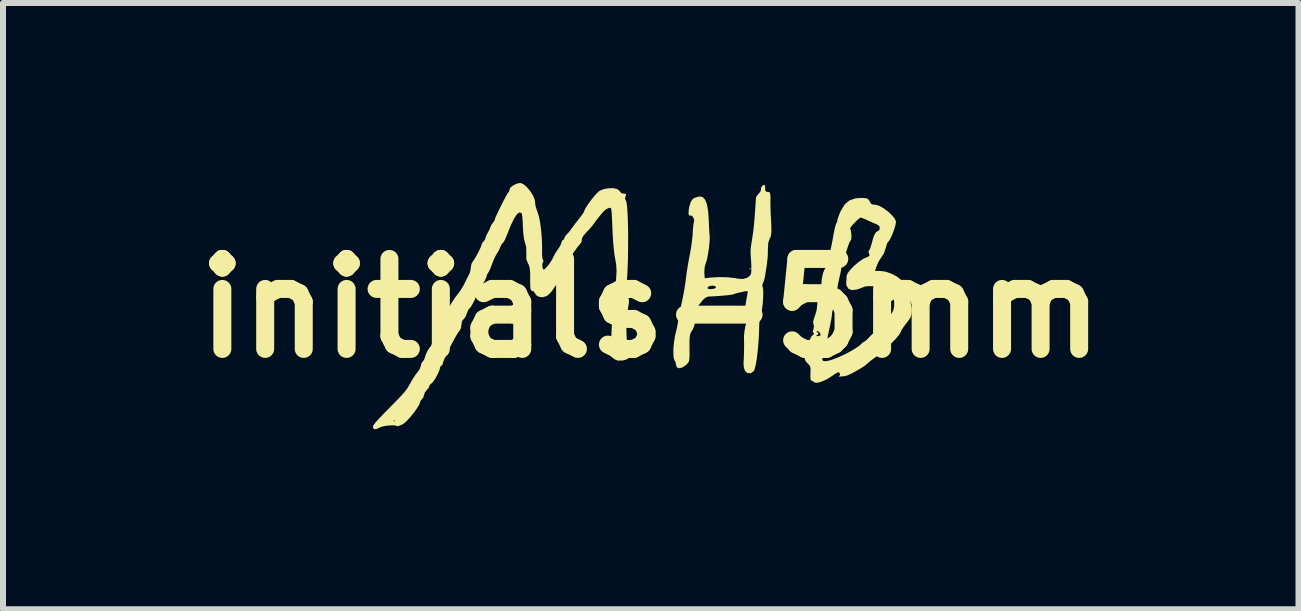
<source format=kicad_pcb>
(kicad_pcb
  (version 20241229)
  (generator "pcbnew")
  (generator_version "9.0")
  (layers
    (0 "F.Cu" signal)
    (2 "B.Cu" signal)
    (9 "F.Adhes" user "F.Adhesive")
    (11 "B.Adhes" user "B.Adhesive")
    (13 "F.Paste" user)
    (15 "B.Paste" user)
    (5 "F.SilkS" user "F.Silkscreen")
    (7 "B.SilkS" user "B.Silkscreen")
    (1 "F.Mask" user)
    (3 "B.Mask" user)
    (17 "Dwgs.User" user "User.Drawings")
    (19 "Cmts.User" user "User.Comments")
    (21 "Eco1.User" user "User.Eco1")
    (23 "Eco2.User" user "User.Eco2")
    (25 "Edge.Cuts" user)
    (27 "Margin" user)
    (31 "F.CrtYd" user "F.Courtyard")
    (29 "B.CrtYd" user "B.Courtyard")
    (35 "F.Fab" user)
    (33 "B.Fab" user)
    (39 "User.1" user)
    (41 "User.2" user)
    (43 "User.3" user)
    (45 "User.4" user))
  (footprint "initials-5mm"
    (layer "F.Cu")
    (at 7.8 2.089)
    (property "Reference" "initials-5mm" (at 0 0 0) (layer "F.SilkS") (effects (font (size 1.5 1.5) (thickness 0.3))))
    (attr board_only exclude_from_pos_files exclude_from_bom)
    (fp_poly (pts (xy 1.667 -0.656) (xy 1.656 -0.644) (xy 1.644 -0.656) (xy 1.656 -0.667)) (stroke (width 0) (type solid)) (fill yes) (layer "F.SilkS"))
    (fp_poly (pts (xy 1.903 -2.053) (xy 1.908 -2.02) (xy 1.906 -2.006) (xy 1.91 -1.959) (xy 1.928 -1.942) (xy 1.971 -1.937) (xy 1.978 -1.936) (xy 1.99 -1.914) (xy 1.996 -1.863) (xy 1.996 -1.828) (xy 1.995 -1.761) (xy 1.997 -1.665) (xy 2.001 -1.553) (xy 2.006 -1.469) (xy 2.011 -1.354) (xy 2.011 -1.273) (xy 2.006 -1.219) (xy 1.995 -1.181) (xy 1.984 -1.163) (xy 1.959 -1.09) (xy 1.953 -0.978) (xy 1.951 -0.868) (xy 1.937 -0.736) (xy 1.912 -0.574) (xy 1.899 -0.501) (xy 1.883 -0.445) (xy 1.867 -0.411) (xy 1.859 -0.374) (xy 1.865 -0.359) (xy 1.873 -0.321) (xy 1.876 -0.252) (xy 1.873 -0.165) (xy 1.867 -0.075) (xy 1.857 0.007) (xy 1.845 0.066) (xy 1.837 0.087) (xy 1.825 0.122) (xy 1.815 0.189) (xy 1.809 0.276) (xy 1.808 0.309) (xy 1.804 0.453) (xy 1.794 0.597) (xy 1.781 0.734) (xy 1.766 0.856) (xy 1.748 0.955) (xy 1.73 1.024) (xy 1.717 1.05) (xy 1.663 1.085) (xy 1.608 1.078) (xy 1.572 1.045) (xy 1.553 0.994) (xy 1.547 0.927) (xy 1.547 0.917) (xy 1.551 0.849) (xy 1.554 0.761) (xy 1.556 0.667) (xy 1.556 0.582) (xy 1.555 0.523) (xy 1.554 0.511) (xy 1.555 0.455) (xy 1.563 0.38) (xy 1.576 0.308) (xy 1.588 0.263) (xy 1.59 0.215) (xy 1.578 0.178) (xy 1.567 0.124) (xy 1.569 0.034) (xy 1.585 -0.089) (xy 1.612 -0.238) (xy 1.613 -0.242) (xy 1.617 -0.278) (xy 1.597 -0.287) (xy 1.562 -0.28) (xy 1.494 -0.265) (xy 1.446 -0.254) (xy 1.397 -0.24) (xy 1.373 -0.231) (xy 1.345 -0.225) (xy 1.283 -0.217) (xy 1.199 -0.209) (xy 1.104 -0.202) (xy 1.009 -0.196) (xy 0.956 -0.194) (xy 0.917 -0.178) (xy 0.877 -0.146) (xy 0.801 -0.053) (xy 0.758 0.05) (xy 0.74 0.174) (xy 0.729 0.278) (xy 0.704 0.349) (xy 0.688 0.372) (xy 0.668 0.404) (xy 0.655 0.443) (xy 0.648 0.498) (xy 0.646 0.581) (xy 0.646 0.66) (xy 0.647 0.764) (xy 0.645 0.834) (xy 0.638 0.879) (xy 0.624 0.909) (xy 0.601 0.935) (xy 0.59 0.945) (xy 0.53 0.987) (xy 0.476 1.001) (xy 0.436 0.987) (xy 0.422 0.949) (xy 0.413 0.899) (xy 0.399 0.875) (xy 0.384 0.835) (xy 0.377 0.762) (xy 0.378 0.668) (xy 0.388 0.564) (xy 0.404 0.461) (xy 0.422 0.389) (xy 0.438 0.321) (xy 0.452 0.242) (xy 0.453 0.233) (xy 0.463 0.175) (xy 0.48 0.086) (xy 0.501 -0.019) (xy 0.518 -0.1) (xy 0.543 -0.219) (xy 0.565 -0.341) (xy 0.565 -0.346) (xy 0.948 -0.346) (xy 0.951 -0.325) (xy 0.986 -0.318) (xy 1.012 -0.318) (xy 1.065 -0.328) (xy 1.089 -0.348) (xy 1.089 -0.35) (xy 1.071 -0.37) (xy 1.03 -0.377) (xy 0.984 -0.371) (xy 0.952 -0.352) (xy 0.948 -0.346) (xy 0.565 -0.346) (xy 0.581 -0.448) (xy 0.587 -0.5) (xy 0.599 -0.595) (xy 0.618 -0.713) (xy 0.639 -0.832) (xy 0.646 -0.867) (xy 0.668 -0.984) (xy 0.686 -1.111) (xy 0.698 -1.223) (xy 0.699 -1.249) (xy 0.705 -1.334) (xy 0.712 -1.402) (xy 0.72 -1.44) (xy 0.722 -1.443) (xy 0.724 -1.476) (xy 0.708 -1.515) (xy 0.685 -1.543) (xy 0.667 -1.545) (xy 0.641 -1.544) (xy 0.629 -1.58) (xy 0.634 -1.646) (xy 0.644 -1.698) (xy 0.668 -1.775) (xy 0.7 -1.821) (xy 0.729 -1.839) (xy 0.803 -1.863) (xy 0.861 -1.855) (xy 0.905 -1.813) (xy 0.937 -1.734) (xy 0.957 -1.616) (xy 0.968 -1.458) (xy 0.968 -1.444) (xy 0.972 -1.354) (xy 0.976 -1.278) (xy 0.98 -1.23) (xy 0.981 -1.222) (xy 0.984 -1.169) (xy 0.979 -1.086) (xy 0.968 -0.989) (xy 0.953 -0.893) (xy 0.937 -0.811) (xy 0.92 -0.758) (xy 0.919 -0.757) (xy 0.899 -0.688) (xy 0.893 -0.606) (xy 0.893 -0.595) (xy 0.9 -0.5) (xy 1 -0.511) (xy 1.14 -0.519) (xy 1.281 -0.516) (xy 1.404 -0.502) (xy 1.437 -0.495) (xy 1.53 -0.487) (xy 1.607 -0.506) (xy 1.659 -0.548) (xy 1.673 -0.581) (xy 1.677 -0.63) (xy 1.677 -0.706) (xy 1.674 -0.778) (xy 1.667 -0.87) (xy 1.664 -0.935) (xy 1.666 -0.988) (xy 1.673 -1.045) (xy 1.685 -1.122) (xy 1.687 -1.133) (xy 1.702 -1.234) (xy 1.716 -1.339) (xy 1.722 -1.4) (xy 1.728 -1.469) (xy 1.735 -1.558) (xy 1.742 -1.655) (xy 1.748 -1.746) (xy 1.753 -1.817) (xy 1.755 -1.848) (xy 1.769 -1.874) (xy 1.794 -1.902) (xy 1.826 -1.942) (xy 1.836 -1.965) (xy 1.841 -2.01) (xy 1.842 -2.014) (xy 1.862 -2.044) (xy 1.879 -2.053)) (stroke (width 0) (type solid)) (fill yes) (layer "F.SilkS"))
    (fp_poly (pts (xy 3.578 -1.836) (xy 3.618 -1.825) (xy 3.639 -1.801) (xy 3.646 -1.786) (xy 3.671 -1.745) (xy 3.694 -1.73) (xy 3.742 -1.725) (xy 3.756 -1.724) (xy 3.815 -1.705) (xy 3.886 -1.663) (xy 3.96 -1.608) (xy 4.025 -1.547) (xy 4.071 -1.489) (xy 4.089 -1.445) (xy 4.081 -1.39) (xy 4.06 -1.318) (xy 4.032 -1.241) (xy 4.001 -1.171) (xy 3.973 -1.122) (xy 3.957 -1.107) (xy 3.94 -1.082) (xy 3.927 -1.033) (xy 3.927 -1.032) (xy 3.888 -0.915) (xy 3.823 -0.816) (xy 3.794 -0.767) (xy 3.767 -0.703) (xy 3.765 -0.699) (xy 3.739 -0.622) (xy 3.824 -0.622) (xy 3.913 -0.61) (xy 4.008 -0.578) (xy 4.096 -0.533) (xy 4.163 -0.482) (xy 4.186 -0.452) (xy 4.273 -0.276) (xy 4.328 -0.125) (xy 4.352 0.005) (xy 4.353 0.042) (xy 4.347 0.108) (xy 4.325 0.164) (xy 4.278 0.23) (xy 4.268 0.242) (xy 4.218 0.308) (xy 4.18 0.368) (xy 4.166 0.4) (xy 4.142 0.441) (xy 4.091 0.503) (xy 4.022 0.576) (xy 3.942 0.654) (xy 3.86 0.728) (xy 3.784 0.791) (xy 3.744 0.819) (xy 3.684 0.862) (xy 3.635 0.902) (xy 3.622 0.914) (xy 3.579 0.951) (xy 3.512 0.996) (xy 3.431 1.043) (xy 3.351 1.087) (xy 3.281 1.119) (xy 3.235 1.133) (xy 3.231 1.133) (xy 3.177 1.137) (xy 3.152 1.141) (xy 3.135 1.142) (xy 3.139 1.139) (xy 3.155 1.113) (xy 3.15 1.08) (xy 3.132 1.067) (xy 3.1 1.079) (xy 3.051 1.11) (xy 3.037 1.12) (xy 2.958 1.172) (xy 2.877 1.212) (xy 2.805 1.238) (xy 2.752 1.244) (xy 2.734 1.237) (xy 2.696 1.214) (xy 2.682 1.211) (xy 2.666 1.192) (xy 2.661 1.135) (xy 2.663 1.089) (xy 2.665 1.014) (xy 2.656 0.968) (xy 2.631 0.934) (xy 2.615 0.918) (xy 2.581 0.882) (xy 2.572 0.857) (xy 2.857 0.857) (xy 2.875 0.88) (xy 2.926 0.883) (xy 3.004 0.865) (xy 3.109 0.826) (xy 3.236 0.769) (xy 3.243 0.765) (xy 3.334 0.717) (xy 3.415 0.668) (xy 3.474 0.628) (xy 3.492 0.612) (xy 3.532 0.574) (xy 3.56 0.556) (xy 3.562 0.556) (xy 3.586 0.54) (xy 3.626 0.502) (xy 3.645 0.481) (xy 3.707 0.419) (xy 3.776 0.362) (xy 3.788 0.353) (xy 3.836 0.317) (xy 3.864 0.29) (xy 3.867 0.285) (xy 3.88 0.261) (xy 3.916 0.217) (xy 3.944 0.185) (xy 3.996 0.119) (xy 4.036 0.052) (xy 4.047 0.026) (xy 4.057 -0.028) (xy 4.059 -0.091) (xy 4.053 -0.147) (xy 4.04 -0.184) (xy 4.024 -0.19) (xy 4 -0.198) (xy 3.96 -0.231) (xy 3.947 -0.245) (xy 3.914 -0.286) (xy 3.902 -0.309) (xy 3.904 -0.311) (xy 3.907 -0.323) (xy 3.899 -0.332) (xy 3.863 -0.346) (xy 3.798 -0.358) (xy 3.72 -0.366) (xy 3.643 -0.368) (xy 3.582 -0.364) (xy 3.561 -0.358) (xy 3.514 -0.339) (xy 3.45 -0.316) (xy 3.44 -0.313) (xy 3.356 -0.301) (xy 3.296 -0.324) (xy 3.263 -0.378) (xy 3.259 -0.427) (xy 3.263 -0.491) (xy 3.265 -0.54) (xy 3.283 -0.584) (xy 3.329 -0.643) (xy 3.392 -0.708) (xy 3.464 -0.769) (xy 3.533 -0.817) (xy 3.572 -0.837) (xy 3.629 -0.862) (xy 3.65 -0.882) (xy 3.642 -0.903) (xy 3.63 -0.944) (xy 3.639 -0.961) (xy 3.659 -0.998) (xy 3.68 -1.065) (xy 3.701 -1.144) (xy 3.724 -1.214) (xy 3.753 -1.264) (xy 3.78 -1.284) (xy 3.782 -1.283) (xy 3.807 -1.298) (xy 3.818 -1.328) (xy 3.812 -1.37) (xy 3.772 -1.397) (xy 3.763 -1.401) (xy 3.702 -1.426) (xy 3.629 -1.459) (xy 3.61 -1.468) (xy 3.551 -1.494) (xy 3.51 -1.509) (xy 3.501 -1.511) (xy 3.476 -1.497) (xy 3.435 -1.462) (xy 3.39 -1.416) (xy 3.35 -1.372) (xy 3.326 -1.338) (xy 3.324 -1.328) (xy 3.335 -1.299) (xy 3.343 -1.248) (xy 3.346 -1.192) (xy 3.343 -1.148) (xy 3.336 -1.133) (xy 3.321 -1.114) (xy 3.299 -1.061) (xy 3.274 -0.987) (xy 3.268 -0.967) (xy 3.242 -0.887) (xy 3.219 -0.824) (xy 3.202 -0.791) (xy 3.199 -0.788) (xy 3.185 -0.76) (xy 3.181 -0.716) (xy 3.177 -0.663) (xy 3.163 -0.585) (xy 3.146 -0.511) (xy 3.123 -0.407) (xy 3.105 -0.289) (xy 3.096 -0.211) (xy 3.086 -0.126) (xy 3.07 -0.054) (xy 3.053 -0.012) (xy 3.029 0.045) (xy 3.022 0.092) (xy 3.017 0.141) (xy 3.004 0.219) (xy 2.985 0.311) (xy 2.979 0.337) (xy 2.957 0.442) (xy 2.937 0.548) (xy 2.922 0.634) (xy 2.921 0.644) (xy 2.907 0.722) (xy 2.887 0.787) (xy 2.875 0.812) (xy 2.857 0.857) (xy 2.572 0.857) (xy 2.566 0.839) (xy 2.565 0.772) (xy 2.566 0.759) (xy 2.584 0.656) (xy 2.619 0.582) (xy 2.651 0.532) (xy 2.666 0.496) (xy 2.667 0.492) (xy 2.684 0.463) (xy 2.685 0.462) (xy 2.756 0.462) (xy 2.774 0.466) (xy 2.78 0.466) (xy 2.819 0.458) (xy 2.829 0.452) (xy 2.83 0.426) (xy 2.807 0.396) (xy 2.775 0.378) (xy 2.77 0.378) (xy 2.763 0.388) (xy 2.778 0.4) (xy 2.8 0.421) (xy 2.782 0.441) (xy 2.778 0.444) (xy 2.756 0.462) (xy 2.685 0.462) (xy 2.703 0.449) (xy 2.725 0.426) (xy 2.714 0.413) (xy 2.7 0.386) (xy 2.712 0.354) (xy 2.722 0.295) (xy 2.713 0.271) (xy 2.706 0.226) (xy 2.725 0.159) (xy 2.735 0.135) (xy 2.766 0.032) (xy 2.778 -0.086) (xy 2.778 -0.087) (xy 2.784 -0.177) (xy 2.802 -0.242) (xy 2.81 -0.257) (xy 2.832 -0.307) (xy 2.844 -0.375) (xy 2.844 -0.389) (xy 2.852 -0.491) (xy 2.871 -0.582) (xy 2.898 -0.649) (xy 2.918 -0.674) (xy 2.942 -0.712) (xy 2.96 -0.773) (xy 2.962 -0.789) (xy 2.976 -0.873) (xy 2.994 -0.96) (xy 2.996 -0.967) (xy 3.011 -1.034) (xy 3.029 -1.126) (xy 3.046 -1.222) (xy 3.046 -1.222) (xy 3.062 -1.305) (xy 3.078 -1.371) (xy 3.091 -1.408) (xy 3.092 -1.41) (xy 3.11 -1.45) (xy 3.111 -1.465) (xy 3.12 -1.501) (xy 3.143 -1.564) (xy 3.169 -1.624) (xy 3.234 -1.731) (xy 3.315 -1.799) (xy 3.419 -1.833) (xy 3.507 -1.839)) (stroke (width 0) (type solid)) (fill yes) (layer "F.SilkS"))
    (fp_poly (pts (xy -2.125 -2.07) (xy -2.067 -2.021) (xy -2.011 -1.954) (xy -1.963 -1.879) (xy -1.934 -1.808) (xy -1.929 -1.769) (xy -1.921 -1.704) (xy -1.898 -1.629) (xy -1.89 -1.61) (xy -1.865 -1.532) (xy -1.843 -1.42) (xy -1.826 -1.286) (xy -1.815 -1.142) (xy -1.811 -0.997) (xy -1.812 -0.962) (xy -1.811 -0.88) (xy -1.805 -0.823) (xy -1.795 -0.8) (xy -1.794 -0.8) (xy -1.786 -0.787) (xy -1.796 -0.771) (xy -1.808 -0.736) (xy -1.807 -0.69) (xy -1.796 -0.654) (xy -1.783 -0.644) (xy -1.757 -0.662) (xy -1.718 -0.705) (xy -1.676 -0.762) (xy -1.64 -0.82) (xy -1.629 -0.843) (xy -1.592 -0.915) (xy -1.545 -0.986) (xy -1.542 -0.99) (xy -1.508 -1.044) (xy -1.49 -1.089) (xy -1.489 -1.097) (xy -1.478 -1.128) (xy -1.467 -1.133) (xy -1.446 -1.151) (xy -1.444 -1.162) (xy -1.429 -1.198) (xy -1.406 -1.225) (xy -1.362 -1.272) (xy -1.333 -1.311) (xy -1.302 -1.354) (xy -1.254 -1.418) (xy -1.206 -1.479) (xy -1.158 -1.541) (xy -1.124 -1.589) (xy -1.111 -1.614) (xy -1.098 -1.65) (xy -1.062 -1.709) (xy -1.013 -1.779) (xy -0.958 -1.85) (xy -0.905 -1.911) (xy -0.863 -1.951) (xy -0.856 -1.955) (xy -0.787 -1.985) (xy -0.707 -2) (xy -0.628 -2.002) (xy -0.563 -1.989) (xy -0.526 -1.963) (xy -0.522 -1.956) (xy -0.49 -1.918) (xy -0.453 -1.911) (xy -0.415 -1.906) (xy -0.413 -1.885) (xy -0.42 -1.87) (xy -0.429 -1.823) (xy -0.418 -1.805) (xy -0.405 -1.77) (xy -0.395 -1.697) (xy -0.387 -1.593) (xy -0.382 -1.465) (xy -0.378 -1.318) (xy -0.377 -1.159) (xy -0.378 -0.996) (xy -0.38 -0.833) (xy -0.385 -0.679) (xy -0.392 -0.539) (xy -0.401 -0.42) (xy -0.412 -0.329) (xy -0.425 -0.272) (xy -0.425 -0.271) (xy -0.433 -0.237) (xy -0.426 -0.231) (xy -0.403 -0.223) (xy -0.379 -0.191) (xy -0.364 -0.147) (xy -0.364 -0.09) (xy -0.377 -0.015) (xy -0.392 0.08) (xy -0.402 0.191) (xy -0.406 0.307) (xy -0.405 0.42) (xy -0.4 0.52) (xy -0.39 0.599) (xy -0.375 0.648) (xy -0.365 0.659) (xy -0.342 0.688) (xy -0.334 0.74) (xy -0.341 0.794) (xy -0.351 0.815) (xy -0.396 0.851) (xy -0.466 0.872) (xy -0.545 0.873) (xy -0.549 0.873) (xy -0.602 0.852) (xy -0.649 0.815) (xy -0.679 0.773) (xy -0.68 0.737) (xy -0.68 0.737) (xy -0.675 0.71) (xy -0.669 0.644) (xy -0.662 0.538) (xy -0.654 0.39) (xy -0.644 0.201) (xy -0.634 -0.032) (xy -0.633 -0.061) (xy -0.628 -0.149) (xy -0.62 -0.22) (xy -0.613 -0.262) (xy -0.611 -0.268) (xy -0.602 -0.299) (xy -0.592 -0.363) (xy -0.581 -0.449) (xy -0.578 -0.484) (xy -0.57 -0.617) (xy -0.576 -0.726) (xy -0.592 -0.819) (xy -0.606 -0.897) (xy -0.618 -1.006) (xy -0.629 -1.129) (xy -0.636 -1.252) (xy -0.642 -1.4) (xy -0.647 -1.509) (xy -0.651 -1.585) (xy -0.656 -1.634) (xy -0.662 -1.661) (xy -0.671 -1.673) (xy -0.682 -1.674) (xy -0.698 -1.671) (xy -0.7 -1.671) (xy -0.747 -1.649) (xy -0.785 -1.615) (xy -0.833 -1.559) (xy -0.867 -1.518) (xy -0.911 -1.462) (xy -0.945 -1.413) (xy -0.983 -1.364) (xy -1.037 -1.303) (xy -1.072 -1.267) (xy -1.12 -1.211) (xy -1.147 -1.166) (xy -1.149 -1.147) (xy -1.153 -1.109) (xy -1.175 -1.075) (xy -1.224 -1.016) (xy -1.281 -0.936) (xy -1.342 -0.846) (xy -1.4 -0.754) (xy -1.45 -0.669) (xy -1.485 -0.601) (xy -1.499 -0.56) (xy -1.499 -0.56) (xy -1.516 -0.492) (xy -1.542 -0.442) (xy -1.579 -0.387) (xy -1.623 -0.322) (xy -1.629 -0.312) (xy -1.676 -0.253) (xy -1.727 -0.208) (xy -1.735 -0.203) (xy -1.8 -0.183) (xy -1.864 -0.19) (xy -1.912 -0.219) (xy -1.927 -0.245) (xy -1.952 -0.281) (xy -1.976 -0.289) (xy -1.993 -0.294) (xy -2.004 -0.316) (xy -2.009 -0.363) (xy -2.011 -0.442) (xy -2.01 -0.489) (xy -2.011 -0.595) (xy -2.018 -0.669) (xy -2.032 -0.72) (xy -2.047 -0.749) (xy -2.074 -0.812) (xy -2.075 -0.891) (xy -2.074 -0.903) (xy -2.077 -1.022) (xy -2.094 -1.082) (xy -2.112 -1.15) (xy -2.125 -1.247) (xy -2.132 -1.358) (xy -2.132 -1.367) (xy -2.136 -1.458) (xy -2.142 -1.532) (xy -2.151 -1.578) (xy -2.155 -1.586) (xy -2.189 -1.598) (xy -2.23 -1.569) (xy -2.277 -1.498) (xy -2.332 -1.386) (xy -2.394 -1.231) (xy -2.401 -1.215) (xy -2.428 -1.148) (xy -2.453 -1.103) (xy -2.466 -1.089) (xy -2.485 -1.07) (xy -2.507 -1.024) (xy -2.509 -1.018) (xy -2.536 -0.958) (xy -2.564 -0.913) (xy -2.587 -0.874) (xy -2.618 -0.809) (xy -2.645 -0.738) (xy -2.673 -0.665) (xy -2.698 -0.611) (xy -2.714 -0.587) (xy -2.732 -0.557) (xy -2.733 -0.543) (xy -2.744 -0.509) (xy -2.773 -0.45) (xy -2.815 -0.377) (xy -2.822 -0.364) (xy -2.864 -0.293) (xy -2.896 -0.238) (xy -2.911 -0.209) (xy -2.911 -0.208) (xy -2.92 -0.176) (xy -2.943 -0.124) (xy -2.972 -0.068) (xy -3 -0.022) (xy -3.018 -0.000285) (xy -3.019 0) (xy -3.037 0.019) (xy -3.059 0.067) (xy -3.066 0.088) (xy -3.091 0.146) (xy -3.118 0.182) (xy -3.125 0.187) (xy -3.147 0.216) (xy -3.156 0.271) (xy -3.156 0.274) (xy -3.166 0.336) (xy -3.19 0.379) (xy -3.191 0.379) (xy -3.215 0.411) (xy -3.252 0.472) (xy -3.297 0.554) (xy -3.345 0.646) (xy -3.391 0.739) (xy -3.43 0.822) (xy -3.457 0.887) (xy -3.467 0.922) (xy -3.479 0.952) (xy -3.489 0.956) (xy -3.509 0.973) (xy -3.511 0.985) (xy -3.522 1.029) (xy -3.549 1.092) (xy -3.584 1.159) (xy -3.62 1.216) (xy -3.65 1.249) (xy -3.654 1.252) (xy -3.685 1.279) (xy -3.689 1.294) (xy -3.704 1.33) (xy -3.733 1.362) (xy -3.767 1.406) (xy -3.778 1.442) (xy -3.794 1.491) (xy -3.811 1.511) (xy -3.839 1.545) (xy -3.844 1.562) (xy -3.859 1.604) (xy -3.897 1.668) (xy -3.95 1.742) (xy -4.01 1.816) (xy -4.069 1.881) (xy -4.12 1.925) (xy -4.134 1.934) (xy -4.187 1.958) (xy -4.222 1.967) (xy -4.227 1.966) (xy -4.262 1.955) (xy -4.325 1.952) (xy -4.399 1.958) (xy -4.469 1.971) (xy -4.511 1.985) (xy -4.571 2.013) (xy -4.605 2.019) (xy -4.624 2.004) (xy -4.631 1.987) (xy -4.632 1.973) (xy -4.625 1.954) (xy -4.605 1.925) (xy -4.57 1.883) (xy -4.565 1.878) (xy -4.289 1.878) (xy -4.278 1.889) (xy -4.267 1.878) (xy -4.278 1.867) (xy -4.289 1.878) (xy -4.565 1.878) (xy -4.515 1.824) (xy -4.437 1.743) (xy -4.333 1.637) (xy -4.271 1.574) (xy -4.18 1.48) (xy -4.114 1.408) (xy -4.067 1.347) (xy -4.03 1.289) (xy -4.01 1.251) (xy -3.966 1.174) (xy -3.919 1.104) (xy -3.894 1.073) (xy -3.855 1.019) (xy -3.835 0.966) (xy -3.834 0.96) (xy -3.821 0.912) (xy -3.804 0.892) (xy -3.778 0.857) (xy -3.768 0.828) (xy -3.75 0.771) (xy -3.72 0.708) (xy -3.687 0.655) (xy -3.667 0.633) (xy -3.651 0.603) (xy -3.644 0.556) (xy -3.637 0.505) (xy -3.622 0.478) (xy -3.603 0.446) (xy -3.6 0.424) (xy -3.584 0.376) (xy -3.567 0.356) (xy -3.545 0.324) (xy -3.546 0.309) (xy -3.545 0.29) (xy -3.54 0.289) (xy -3.521 0.27) (xy -3.493 0.224) (xy -3.478 0.194) (xy -3.433 0.104) (xy -3.376 0.003) (xy -3.316 -0.096) (xy -3.26 -0.181) (xy -3.215 -0.24) (xy -3.211 -0.244) (xy -3.173 -0.296) (xy -3.129 -0.368) (xy -3.101 -0.422) (xy -3.065 -0.494) (xy -3.035 -0.555) (xy -3.02 -0.583) (xy -3.005 -0.635) (xy -3 -0.681) (xy -2.989 -0.74) (xy -2.969 -0.776) (xy -2.94 -0.818) (xy -2.903 -0.88) (xy -2.867 -0.95) (xy -2.837 -1.012) (xy -2.823 -1.053) (xy -2.822 -1.058) (xy -2.807 -1.092) (xy -2.789 -1.111) (xy -2.761 -1.149) (xy -2.756 -1.17) (xy -2.744 -1.21) (xy -2.717 -1.26) (xy -2.689 -1.311) (xy -2.675 -1.35) (xy -2.657 -1.391) (xy -2.635 -1.42) (xy -2.607 -1.458) (xy -2.6 -1.478) (xy -2.591 -1.508) (xy -2.566 -1.565) (xy -2.53 -1.64) (xy -2.489 -1.723) (xy -2.448 -1.804) (xy -2.412 -1.872) (xy -2.385 -1.917) (xy -2.374 -1.93) (xy -2.358 -1.955) (xy -2.356 -1.978) (xy -2.336 -2.015) (xy -2.289 -2.051) (xy -2.228 -2.079) (xy -2.174 -2.089)) (stroke (width 0) (type solid)) (fill yes) (layer "F.SilkS")))
  (gr_rect
    (start -3 -3)
    (end 18.6 7.108)
    (stroke (width 0.1) (type default))
    (fill no)
    (layer "Edge.Cuts")))
</source>
